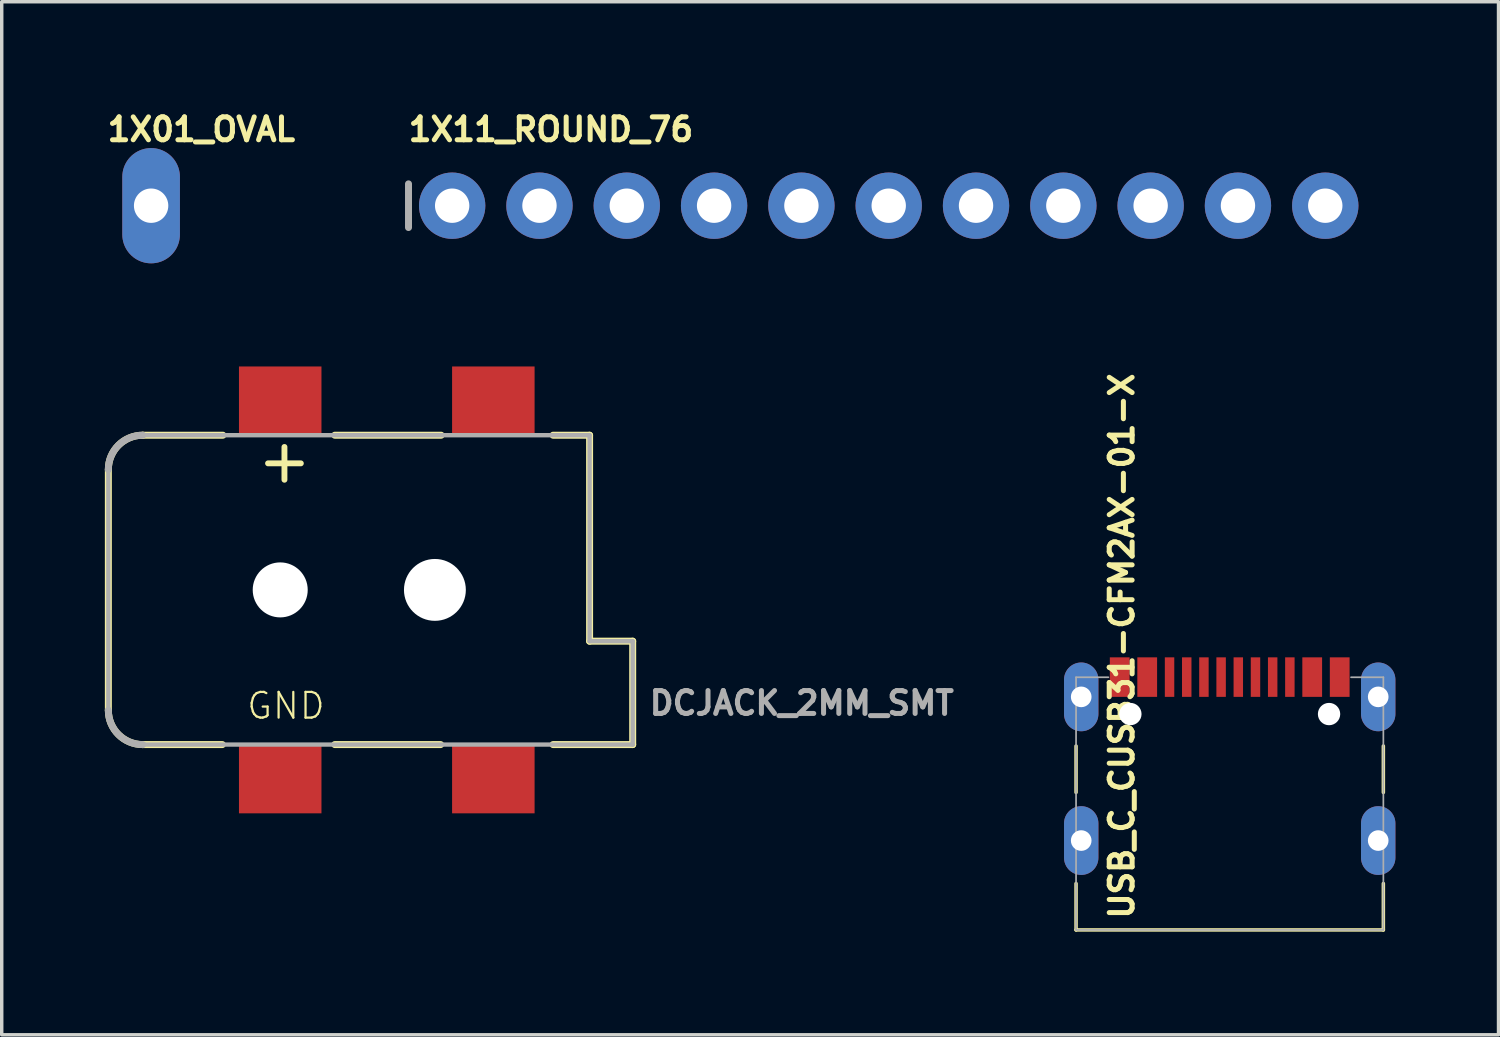
<source format=kicad_pcb>
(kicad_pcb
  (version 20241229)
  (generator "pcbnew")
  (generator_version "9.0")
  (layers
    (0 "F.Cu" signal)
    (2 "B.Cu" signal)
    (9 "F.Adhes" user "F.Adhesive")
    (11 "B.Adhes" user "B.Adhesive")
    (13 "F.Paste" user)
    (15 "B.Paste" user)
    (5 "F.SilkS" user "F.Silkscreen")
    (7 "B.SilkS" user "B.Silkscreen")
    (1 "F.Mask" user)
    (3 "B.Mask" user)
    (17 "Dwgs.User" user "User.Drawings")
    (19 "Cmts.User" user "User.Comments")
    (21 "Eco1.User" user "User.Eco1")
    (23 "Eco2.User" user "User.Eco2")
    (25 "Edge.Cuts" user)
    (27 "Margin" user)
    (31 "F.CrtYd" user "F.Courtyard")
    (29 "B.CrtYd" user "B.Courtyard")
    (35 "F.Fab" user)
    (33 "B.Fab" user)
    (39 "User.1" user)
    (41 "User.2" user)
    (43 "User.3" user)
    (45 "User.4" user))
  (footprint "DCJACK_2MM_SMT"
    (layer "F.Cu")
    (at 5.102 14.111)
    (property "Reference" "DCJACK_2MM_SMT" (at 10.668 3.683 0) (layer "F.Fab") (effects (font (size 0.666 0.666) (thickness 0.146)) (justify left bottom)))
    (fp_line (start -5 -3.5) (end -5 3.5) (stroke (width 0.203) (type solid)) (layer "F.SilkS"))
    (fp_line (start -4 4.5) (end -1.684 4.5) (stroke (width 0.203) (type solid)) (layer "F.SilkS"))
    (fp_line (start -1.668 -4.5) (end -4 -4.5) (stroke (width 0.203) (type solid)) (layer "F.SilkS"))
    (fp_line (start 1.588 4.5) (end 4.666 4.5) (stroke (width 0.203) (type solid)) (layer "F.SilkS"))
    (fp_line (start 4.682 -4.5) (end 1.588 -4.5) (stroke (width 0.203) (type solid)) (layer "F.SilkS"))
    (fp_line (start 7.938 4.5) (end 10.254 4.5) (stroke (width 0.203) (type solid)) (layer "F.SilkS"))
    (fp_line (start 9 -4.5) (end 7.938 -4.5) (stroke (width 0.203) (type solid)) (layer "F.SilkS"))
    (fp_line (start 9 1.492) (end 9 -4.5) (stroke (width 0.203) (type solid)) (layer "F.SilkS"))
    (fp_line (start 10.254 1.492) (end 9 1.492) (stroke (width 0.203) (type solid)) (layer "F.SilkS"))
    (fp_line (start 10.254 4.5) (end 10.254 1.492) (stroke (width 0.203) (type solid)) (layer "F.SilkS"))
    (fp_arc (start -5 -3.5) (mid -4.707107 -4.207107) (end -4 -4.5) (stroke (width 0.2032) (type solid)) (layer "F.SilkS"))
    (fp_arc (start -4 4.5) (mid -4.707107 4.207107) (end -5 3.5) (stroke (width 0.2032) (type solid)) (layer "F.SilkS"))
    (fp_line (start -5 -3.5) (end -5 3.5) (stroke (width 0.127) (type solid)) (layer "F.Fab"))
    (fp_line (start -4 4.5) (end 10.254 4.5) (stroke (width 0.127) (type solid)) (layer "F.Fab"))
    (fp_line (start 9 -4.5) (end -4 -4.5) (stroke (width 0.127) (type solid)) (layer "F.Fab"))
    (fp_line (start 9 1.492) (end 9 -4.5) (stroke (width 0.127) (type solid)) (layer "F.Fab"))
    (fp_line (start 10.254 1.492) (end 9 1.492) (stroke (width 0.127) (type solid)) (layer "F.Fab"))
    (fp_line (start 10.254 4.5) (end 10.254 1.492) (stroke (width 0.127) (type solid)) (layer "F.Fab"))
    (fp_arc (start -5 -3.5) (mid -4.707107 -4.207107) (end -4 -4.5) (stroke (width 0.2032) (type solid)) (layer "F.Fab"))
    (fp_arc (start -4 4.5) (mid -4.707107 4.207107) (end -5 3.5) (stroke (width 0.2032) (type solid)) (layer "F.Fab"))
    (fp_text user "GND" (at -1.016 3.81 0) (layer "F.SilkS") (effects (font (size 0.748 0.748) (thickness 0.065)) (justify left bottom)))
    (fp_text user "+" (at 0.762 -2.794 90) (layer "F.SilkS") (effects (font (size 1.252 1.252) (thickness 0.171)) (justify left bottom)))
    (pad "" np_thru_hole circle (at 0 0) (size 1.6 1.6) (drill 1.6) (layers "*.Cu" "*.Mask"))
    (pad "" np_thru_hole circle (at 4.5 0) (size 1.8 1.8) (drill 1.8) (layers "*.Cu" "*.Mask"))
    (pad "1" smd rect (at 0 -5.5) (size 2.4 2) (layers "F.Cu" "F.Mask" "F.Paste"))
    (pad "1'" smd rect (at 6.2 -5.5) (size 2.4 2) (layers "F.Cu" "F.Mask" "F.Paste"))
    (pad "2" smd rect (at 0 5.5) (size 2.4 2) (layers "F.Cu" "F.Mask" "F.Paste"))
    (pad "3" smd rect (at 6.2 5.5) (size 2.4 2) (layers "F.Cu" "F.Mask" "F.Paste")))
  (footprint "USB_C_CUSB31-CFM2AX-01-X"
    (layer "F.Cu")
    (at 32.724 20.193)
    (property "Reference" "USB_C_CUSB31-CFM2AX-01-X" (at -2.75 3.56 90) (layer "F.SilkS") (effects (font (size 0.666 0.666) (thickness 0.146)) (justify left bottom)))
    (fp_line (start -4.47 -0.19) (end -4.47 -1.54) (stroke (width 0.102) (type solid)) (layer "F.SilkS"))
    (fp_line (start -4.47 3.81) (end -4.47 2.46) (stroke (width 0.102) (type solid)) (layer "F.SilkS"))
    (fp_line (start 4.47 -1.54) (end 4.47 -0.19) (stroke (width 0.102) (type solid)) (layer "F.SilkS"))
    (fp_line (start 4.47 2.46) (end 4.47 3.81) (stroke (width 0.102) (type solid)) (layer "F.SilkS"))
    (fp_line (start 4.47 3.81) (end -4.47 3.81) (stroke (width 0.102) (type solid)) (layer "F.SilkS"))
    (fp_poly (pts (xy -4.169 -3.939) (xy -4.034 -3.87) (xy -3.928 -3.763) (xy -3.835 -3.48) (xy -3.835 -2.464) (xy -3.859 -2.315) (xy -3.928 -2.18) (xy -4.034 -2.073) (xy -4.318 -1.981) (xy -4.449 -1.999) (xy -4.572 -2.049) (xy -4.677 -2.13) (xy -4.758 -2.235) (xy -4.826 -2.489) (xy -4.826 -3.454) (xy -4.809 -3.586) (xy -4.758 -3.708) (xy -4.677 -3.814) (xy -4.572 -3.894) (xy -4.318 -3.962)) (stroke (width 0) (type solid)) (fill yes) (layer "F.Paste"))
    (fp_poly (pts (xy -4.156 0.24) (xy -4.022 0.308) (xy -3.915 0.415) (xy -3.823 0.699) (xy -3.823 1.714) (xy -3.846 1.864) (xy -3.915 1.998) (xy -4.022 2.105) (xy -4.305 2.197) (xy -4.437 2.18) (xy -4.559 2.129) (xy -4.665 2.048) (xy -4.745 1.943) (xy -4.813 1.689) (xy -4.813 0.724) (xy -4.796 0.592) (xy -4.745 0.47) (xy -4.665 0.365) (xy -4.559 0.284) (xy -4.305 0.216)) (stroke (width 0) (type solid)) (fill yes) (layer "F.Paste"))
    (fp_poly (pts (xy 4.48 -3.951) (xy 4.614 -3.883) (xy 4.721 -3.776) (xy 4.813 -3.493) (xy 4.813 -2.477) (xy 4.79 -2.327) (xy 4.721 -2.193) (xy 4.614 -2.086) (xy 4.331 -1.994) (xy 4.199 -2.011) (xy 4.077 -2.062) (xy 3.971 -2.143) (xy 3.891 -2.248) (xy 3.823 -2.502) (xy 3.823 -3.467) (xy 3.84 -3.599) (xy 3.891 -3.721) (xy 3.971 -3.826) (xy 4.077 -3.907) (xy 4.331 -3.975)) (stroke (width 0) (type solid)) (fill yes) (layer "F.Paste"))
    (fp_poly (pts (xy 4.48 0.24) (xy 4.614 0.308) (xy 4.721 0.415) (xy 4.813 0.699) (xy 4.813 1.714) (xy 4.79 1.864) (xy 4.721 1.998) (xy 4.614 2.105) (xy 4.331 2.197) (xy 4.199 2.18) (xy 4.077 2.129) (xy 3.971 2.048) (xy 3.891 1.943) (xy 3.823 1.689) (xy 3.823 0.724) (xy 3.84 0.592) (xy 3.891 0.47) (xy 3.971 0.365) (xy 4.077 0.284) (xy 4.331 0.216)) (stroke (width 0) (type solid)) (fill yes) (layer "F.Paste"))
    (fp_line (start -4.47 -3.54) (end -3.53 -3.54) (stroke (width 0.05) (type solid)) (layer "F.Fab"))
    (fp_line (start -4.47 3.81) (end -4.47 -3.54) (stroke (width 0.05) (type solid)) (layer "F.Fab"))
    (fp_line (start 3.53 -3.54) (end 4.47 -3.54) (stroke (width 0.05) (type solid)) (layer "F.Fab"))
    (fp_line (start 4.47 -3.54) (end 4.47 3.81) (stroke (width 0.05) (type solid)) (layer "F.Fab"))
    (fp_line (start 4.47 3.81) (end -4.47 3.81) (stroke (width 0.05) (type solid)) (layer "F.Fab"))
    (pad "" np_thru_hole circle (at -2.89 -2.47) (size 0.65 0.65) (drill 0.65) (layers "*.Cu" "*.Mask"))
    (pad "" np_thru_hole circle (at 2.89 -2.47) (size 0.65 0.65) (drill 0.65) (layers "*.Cu" "*.Mask"))
    (pad "A1B12" smd rect (at -3.2 -3.545) (size 0.575 1.15) (layers "F.Cu" "F.Mask" "F.Paste"))
    (pad "A4B9" smd rect (at -2.4 -3.545) (size 0.575 1.15) (layers "F.Cu" "F.Mask" "F.Paste"))
    (pad "A5" smd rect (at -1.25 -3.545) (size 0.275 1.15) (layers "F.Cu" "F.Mask" "F.Paste"))
    (pad "A6" smd rect (at -0.25 -3.545) (size 0.275 1.15) (layers "F.Cu" "F.Mask" "F.Paste"))
    (pad "A7" smd rect (at 0.25 -3.545) (size 0.275 1.15) (layers "F.Cu" "F.Mask" "F.Paste"))
    (pad "A8" smd rect (at 1.25 -3.545) (size 0.275 1.15) (layers "F.Cu" "F.Mask" "F.Paste"))
    (pad "B1A12" smd rect (at 3.2 -3.545) (size 0.575 1.15) (layers "F.Cu" "F.Mask" "F.Paste"))
    (pad "B4A9" smd rect (at 2.4 -3.545) (size 0.575 1.15) (layers "F.Cu" "F.Mask" "F.Paste"))
    (pad "B5" smd rect (at 1.75 -3.545) (size 0.275 1.15) (layers "F.Cu" "F.Mask" "F.Paste"))
    (pad "B6" smd rect (at 0.75 -3.545) (size 0.275 1.15) (layers "F.Cu" "F.Mask" "F.Paste"))
    (pad "B7" smd rect (at -0.75 -3.545) (size 0.275 1.15) (layers "F.Cu" "F.Mask" "F.Paste"))
    (pad "B8" smd rect (at -1.75 -3.545) (size 0.275 1.15) (layers "F.Cu" "F.Mask" "F.Paste"))
    (pad "M1" thru_hole oval (at -4.32 -2.97 90) (size 2 1) (drill 0.6) (layers "*.Cu" "*.Mask"))
    (pad "M2" thru_hole oval (at 4.32 -2.97 90) (size 2 1) (drill 0.6) (layers "*.Cu" "*.Mask"))
    (pad "M3" thru_hole oval (at -4.32 1.21 90) (size 2 1) (drill 0.6) (layers "*.Cu" "*.Mask"))
    (pad "M4" thru_hole oval (at 4.32 1.21 90) (size 2 1) (drill 0.6) (layers "*.Cu" "*.Mask")))
  (footprint "1X11_ROUND_76"
    (layer "F.Cu")
    (at 22.804 2.934)
    (property "Reference" "1X11_ROUND_76" (at -14.046 -1.829 0) (layer "F.SilkS") (effects (font (size 0.666 0.666) (thickness 0.146)) (justify left bottom)))
    (fp_line (start -13.97 -0.635) (end -13.97 0.635) (stroke (width 0.203) (type solid)) (layer "F.Fab"))
    (fp_poly (pts (xy -12.954 0.254) (xy -12.446 0.254) (xy -12.446 -0.254) (xy -12.954 -0.254)) (stroke (width 0.1) (type solid)) (fill no) (layer "F.Fab"))
    (fp_poly (pts (xy -10.414 0.254) (xy -9.906 0.254) (xy -9.906 -0.254) (xy -10.414 -0.254)) (stroke (width 0.1) (type solid)) (fill no) (layer "F.Fab"))
    (fp_poly (pts (xy -7.874 0.254) (xy -7.366 0.254) (xy -7.366 -0.254) (xy -7.874 -0.254)) (stroke (width 0.1) (type solid)) (fill no) (layer "F.Fab"))
    (fp_poly (pts (xy -5.334 0.254) (xy -4.826 0.254) (xy -4.826 -0.254) (xy -5.334 -0.254)) (stroke (width 0.1) (type solid)) (fill no) (layer "F.Fab"))
    (fp_poly (pts (xy -2.794 0.254) (xy -2.286 0.254) (xy -2.286 -0.254) (xy -2.794 -0.254)) (stroke (width 0.1) (type solid)) (fill no) (layer "F.Fab"))
    (fp_poly (pts (xy -0.254 0.254) (xy 0.254 0.254) (xy 0.254 -0.254) (xy -0.254 -0.254)) (stroke (width 0.1) (type solid)) (fill no) (layer "F.Fab"))
    (fp_poly (pts (xy 2.286 0.254) (xy 2.794 0.254) (xy 2.794 -0.254) (xy 2.286 -0.254)) (stroke (width 0.1) (type solid)) (fill no) (layer "F.Fab"))
    (fp_poly (pts (xy 4.826 0.254) (xy 5.334 0.254) (xy 5.334 -0.254) (xy 4.826 -0.254)) (stroke (width 0.1) (type solid)) (fill no) (layer "F.Fab"))
    (fp_poly (pts (xy 7.366 0.254) (xy 7.874 0.254) (xy 7.874 -0.254) (xy 7.366 -0.254)) (stroke (width 0.1) (type solid)) (fill no) (layer "F.Fab"))
    (fp_poly (pts (xy 9.906 0.254) (xy 10.414 0.254) (xy 10.414 -0.254) (xy 9.906 -0.254)) (stroke (width 0.1) (type solid)) (fill no) (layer "F.Fab"))
    (fp_poly (pts (xy 12.446 0.254) (xy 12.954 0.254) (xy 12.954 -0.254) (xy 12.446 -0.254)) (stroke (width 0.1) (type solid)) (fill no) (layer "F.Fab"))
    (pad "1" thru_hole circle (at -12.7 0 90) (size 1.93 1.93) (drill 1) (layers "*.Cu" "*.Mask"))
    (pad "2" thru_hole circle (at -10.16 0 90) (size 1.93 1.93) (drill 1) (layers "*.Cu" "*.Mask"))
    (pad "3" thru_hole circle (at -7.62 0 90) (size 1.93 1.93) (drill 1) (layers "*.Cu" "*.Mask"))
    (pad "4" thru_hole circle (at -5.08 0 90) (size 1.93 1.93) (drill 1) (layers "*.Cu" "*.Mask"))
    (pad "5" thru_hole circle (at -2.54 0 90) (size 1.93 1.93) (drill 1) (layers "*.Cu" "*.Mask"))
    (pad "6" thru_hole circle (at 0 0 90) (size 1.93 1.93) (drill 1) (layers "*.Cu" "*.Mask"))
    (pad "7" thru_hole circle (at 2.54 0 90) (size 1.93 1.93) (drill 1) (layers "*.Cu" "*.Mask"))
    (pad "8" thru_hole circle (at 5.08 0 90) (size 1.93 1.93) (drill 1) (layers "*.Cu" "*.Mask"))
    (pad "9" thru_hole circle (at 7.62 0 90) (size 1.93 1.93) (drill 1) (layers "*.Cu" "*.Mask"))
    (pad "10" thru_hole circle (at 10.16 0 90) (size 1.93 1.93) (drill 1) (layers "*.Cu" "*.Mask"))
    (pad "11" thru_hole circle (at 12.7 0 90) (size 1.93 1.93) (drill 1) (layers "*.Cu" "*.Mask")))
  (footprint "1X01_OVAL"
    (layer "F.Cu")
    (at 1.346 2.934)
    (property "Reference" "1X01_OVAL" (at -1.346 -1.829 0) (layer "F.SilkS") (effects (font (size 0.666 0.666) (thickness 0.146)) (justify left bottom)))
    (fp_poly (pts (xy -0.254 0.254) (xy 0.254 0.254) (xy 0.254 -0.254) (xy -0.254 -0.254)) (stroke (width 0.1) (type solid)) (fill no) (layer "F.Fab"))
    (pad "1" thru_hole oval (at 0 0 90) (size 3.353 1.676) (drill 1) (layers "*.Cu" "*.Mask")))
  (gr_rect
    (start -3 -3)
    (end 40.544 27.054)
    (stroke (width 0.1) (type default))
    (fill no)
    (layer "Edge.Cuts")))
</source>
